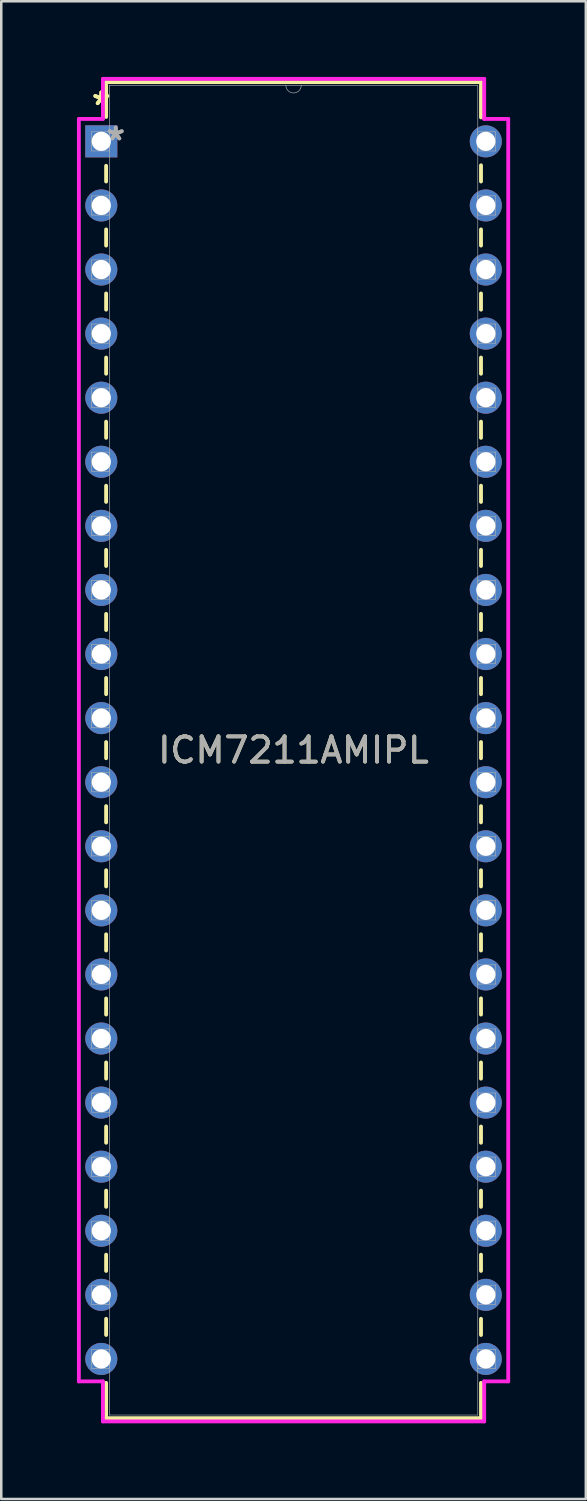
<source format=kicad_pcb>
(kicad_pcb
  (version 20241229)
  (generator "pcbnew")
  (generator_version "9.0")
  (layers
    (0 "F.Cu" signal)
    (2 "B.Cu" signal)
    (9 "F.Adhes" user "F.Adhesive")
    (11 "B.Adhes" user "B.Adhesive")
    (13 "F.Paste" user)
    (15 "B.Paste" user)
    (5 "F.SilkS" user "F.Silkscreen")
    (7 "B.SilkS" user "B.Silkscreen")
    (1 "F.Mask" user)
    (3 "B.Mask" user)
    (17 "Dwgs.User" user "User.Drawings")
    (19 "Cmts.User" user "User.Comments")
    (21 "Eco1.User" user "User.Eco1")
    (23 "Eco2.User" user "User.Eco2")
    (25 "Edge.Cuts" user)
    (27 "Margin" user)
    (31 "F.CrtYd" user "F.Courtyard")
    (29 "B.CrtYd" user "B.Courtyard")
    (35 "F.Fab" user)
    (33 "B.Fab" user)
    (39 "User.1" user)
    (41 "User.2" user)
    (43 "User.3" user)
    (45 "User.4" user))
  (footprint "ICM7211AMIPL"
    (layer "F.Cu")
    (at 0.965 2.553)
    (property "Reference" "ICM7211AMIPL" (at 7.62 24.13 0) (unlocked yes) (layer "F.SilkS") (effects (font (size 1 1) (thickness 0.15))))
    (attr through_hole)
    (fp_line (start 0.191 -2.349) (end 0.191 -0.968) (stroke (width 0.152) (type solid)) (layer "F.SilkS"))
    (fp_line (start 0.191 0.968) (end 0.191 1.591) (stroke (width 0.152) (type solid)) (layer "F.SilkS"))
    (fp_line (start 0.191 3.489) (end 0.191 4.131) (stroke (width 0.152) (type solid)) (layer "F.SilkS"))
    (fp_line (start 0.191 6.029) (end 0.191 6.671) (stroke (width 0.152) (type solid)) (layer "F.SilkS"))
    (fp_line (start 0.191 8.569) (end 0.191 9.211) (stroke (width 0.152) (type solid)) (layer "F.SilkS"))
    (fp_line (start 0.191 11.109) (end 0.191 11.751) (stroke (width 0.152) (type solid)) (layer "F.SilkS"))
    (fp_line (start 0.191 13.649) (end 0.191 14.291) (stroke (width 0.152) (type solid)) (layer "F.SilkS"))
    (fp_line (start 0.191 16.189) (end 0.191 16.831) (stroke (width 0.152) (type solid)) (layer "F.SilkS"))
    (fp_line (start 0.191 18.729) (end 0.191 19.371) (stroke (width 0.152) (type solid)) (layer "F.SilkS"))
    (fp_line (start 0.191 21.269) (end 0.191 21.911) (stroke (width 0.152) (type solid)) (layer "F.SilkS"))
    (fp_line (start 0.191 23.809) (end 0.191 24.451) (stroke (width 0.152) (type solid)) (layer "F.SilkS"))
    (fp_line (start 0.191 26.349) (end 0.191 26.991) (stroke (width 0.152) (type solid)) (layer "F.SilkS"))
    (fp_line (start 0.191 28.889) (end 0.191 29.531) (stroke (width 0.152) (type solid)) (layer "F.SilkS"))
    (fp_line (start 0.191 31.429) (end 0.191 32.071) (stroke (width 0.152) (type solid)) (layer "F.SilkS"))
    (fp_line (start 0.191 33.969) (end 0.191 34.611) (stroke (width 0.152) (type solid)) (layer "F.SilkS"))
    (fp_line (start 0.191 36.509) (end 0.191 37.151) (stroke (width 0.152) (type solid)) (layer "F.SilkS"))
    (fp_line (start 0.191 39.049) (end 0.191 39.691) (stroke (width 0.152) (type solid)) (layer "F.SilkS"))
    (fp_line (start 0.191 41.589) (end 0.191 42.231) (stroke (width 0.152) (type solid)) (layer "F.SilkS"))
    (fp_line (start 0.191 44.129) (end 0.191 44.771) (stroke (width 0.152) (type solid)) (layer "F.SilkS"))
    (fp_line (start 0.191 46.669) (end 0.191 47.311) (stroke (width 0.152) (type solid)) (layer "F.SilkS"))
    (fp_line (start 0.191 49.209) (end 0.191 50.609) (stroke (width 0.152) (type solid)) (layer "F.SilkS"))
    (fp_line (start 0.191 50.609) (end 15.05 50.609) (stroke (width 0.152) (type solid)) (layer "F.SilkS"))
    (fp_line (start 15.05 -2.349) (end 0.191 -2.349) (stroke (width 0.152) (type solid)) (layer "F.SilkS"))
    (fp_line (start 15.05 -0.949) (end 15.05 -2.349) (stroke (width 0.152) (type solid)) (layer "F.SilkS"))
    (fp_line (start 15.05 1.591) (end 15.05 0.949) (stroke (width 0.152) (type solid)) (layer "F.SilkS"))
    (fp_line (start 15.05 4.131) (end 15.05 3.489) (stroke (width 0.152) (type solid)) (layer "F.SilkS"))
    (fp_line (start 15.05 6.671) (end 15.05 6.029) (stroke (width 0.152) (type solid)) (layer "F.SilkS"))
    (fp_line (start 15.05 9.211) (end 15.05 8.569) (stroke (width 0.152) (type solid)) (layer "F.SilkS"))
    (fp_line (start 15.05 11.751) (end 15.05 11.109) (stroke (width 0.152) (type solid)) (layer "F.SilkS"))
    (fp_line (start 15.05 14.291) (end 15.05 13.649) (stroke (width 0.152) (type solid)) (layer "F.SilkS"))
    (fp_line (start 15.05 16.831) (end 15.05 16.189) (stroke (width 0.152) (type solid)) (layer "F.SilkS"))
    (fp_line (start 15.05 19.371) (end 15.05 18.729) (stroke (width 0.152) (type solid)) (layer "F.SilkS"))
    (fp_line (start 15.05 21.911) (end 15.05 21.269) (stroke (width 0.152) (type solid)) (layer "F.SilkS"))
    (fp_line (start 15.05 24.451) (end 15.05 23.809) (stroke (width 0.152) (type solid)) (layer "F.SilkS"))
    (fp_line (start 15.05 26.991) (end 15.05 26.349) (stroke (width 0.152) (type solid)) (layer "F.SilkS"))
    (fp_line (start 15.05 29.531) (end 15.05 28.889) (stroke (width 0.152) (type solid)) (layer "F.SilkS"))
    (fp_line (start 15.05 32.071) (end 15.05 31.429) (stroke (width 0.152) (type solid)) (layer "F.SilkS"))
    (fp_line (start 15.05 34.611) (end 15.05 33.969) (stroke (width 0.152) (type solid)) (layer "F.SilkS"))
    (fp_line (start 15.05 37.151) (end 15.05 36.509) (stroke (width 0.152) (type solid)) (layer "F.SilkS"))
    (fp_line (start 15.05 39.691) (end 15.05 39.049) (stroke (width 0.152) (type solid)) (layer "F.SilkS"))
    (fp_line (start 15.05 42.231) (end 15.05 41.589) (stroke (width 0.152) (type solid)) (layer "F.SilkS"))
    (fp_line (start 15.05 44.771) (end 15.05 44.129) (stroke (width 0.152) (type solid)) (layer "F.SilkS"))
    (fp_line (start 15.05 47.311) (end 15.05 46.669) (stroke (width 0.152) (type solid)) (layer "F.SilkS"))
    (fp_line (start 15.05 50.609) (end 15.05 49.209) (stroke (width 0.152) (type solid)) (layer "F.SilkS"))
    (fp_line (start -0.889 -0.889) (end 0.064 -0.889) (stroke (width 0.152) (type solid)) (layer "F.CrtYd"))
    (fp_line (start -0.889 49.149) (end -0.889 -0.889) (stroke (width 0.152) (type solid)) (layer "F.CrtYd"))
    (fp_line (start 0.064 -2.477) (end 15.177 -2.477) (stroke (width 0.152) (type solid)) (layer "F.CrtYd"))
    (fp_line (start 0.064 -0.889) (end 0.064 -2.477) (stroke (width 0.152) (type solid)) (layer "F.CrtYd"))
    (fp_line (start 0.064 49.149) (end -0.889 49.149) (stroke (width 0.152) (type solid)) (layer "F.CrtYd"))
    (fp_line (start 0.064 50.736) (end 0.064 49.149) (stroke (width 0.152) (type solid)) (layer "F.CrtYd"))
    (fp_line (start 15.177 -2.477) (end 15.177 -0.889) (stroke (width 0.152) (type solid)) (layer "F.CrtYd"))
    (fp_line (start 15.177 49.149) (end 15.177 50.736) (stroke (width 0.152) (type solid)) (layer "F.CrtYd"))
    (fp_line (start 15.177 50.736) (end 0.064 50.736) (stroke (width 0.152) (type solid)) (layer "F.CrtYd"))
    (fp_line (start 16.129 -0.889) (end 15.177 -0.889) (stroke (width 0.152) (type solid)) (layer "F.CrtYd"))
    (fp_line (start 16.129 -0.889) (end 16.129 49.149) (stroke (width 0.152) (type solid)) (layer "F.CrtYd"))
    (fp_line (start 16.129 49.149) (end 15.177 49.149) (stroke (width 0.152) (type solid)) (layer "F.CrtYd"))
    (fp_line (start -0.381 -0.381) (end -0.381 0.381) (stroke (width 0.025) (type solid)) (layer "F.Fab"))
    (fp_line (start -0.381 0.381) (end 0.318 0.381) (stroke (width 0.025) (type solid)) (layer "F.Fab"))
    (fp_line (start -0.381 2.159) (end -0.381 2.921) (stroke (width 0.025) (type solid)) (layer "F.Fab"))
    (fp_line (start -0.381 2.921) (end 0.318 2.921) (stroke (width 0.025) (type solid)) (layer "F.Fab"))
    (fp_line (start -0.381 4.699) (end -0.381 5.461) (stroke (width 0.025) (type solid)) (layer "F.Fab"))
    (fp_line (start -0.381 5.461) (end 0.318 5.461) (stroke (width 0.025) (type solid)) (layer "F.Fab"))
    (fp_line (start -0.381 7.239) (end -0.381 8.001) (stroke (width 0.025) (type solid)) (layer "F.Fab"))
    (fp_line (start -0.381 8.001) (end 0.318 8.001) (stroke (width 0.025) (type solid)) (layer "F.Fab"))
    (fp_line (start -0.381 9.779) (end -0.381 10.541) (stroke (width 0.025) (type solid)) (layer "F.Fab"))
    (fp_line (start -0.381 10.541) (end 0.318 10.541) (stroke (width 0.025) (type solid)) (layer "F.Fab"))
    (fp_line (start -0.381 12.319) (end -0.381 13.081) (stroke (width 0.025) (type solid)) (layer "F.Fab"))
    (fp_line (start -0.381 13.081) (end 0.318 13.081) (stroke (width 0.025) (type solid)) (layer "F.Fab"))
    (fp_line (start -0.381 14.859) (end -0.381 15.621) (stroke (width 0.025) (type solid)) (layer "F.Fab"))
    (fp_line (start -0.381 15.621) (end 0.318 15.621) (stroke (width 0.025) (type solid)) (layer "F.Fab"))
    (fp_line (start -0.381 17.399) (end -0.381 18.161) (stroke (width 0.025) (type solid)) (layer "F.Fab"))
    (fp_line (start -0.381 18.161) (end 0.318 18.161) (stroke (width 0.025) (type solid)) (layer "F.Fab"))
    (fp_line (start -0.381 19.939) (end -0.381 20.701) (stroke (width 0.025) (type solid)) (layer "F.Fab"))
    (fp_line (start -0.381 20.701) (end 0.318 20.701) (stroke (width 0.025) (type solid)) (layer "F.Fab"))
    (fp_line (start -0.381 22.479) (end -0.381 23.241) (stroke (width 0.025) (type solid)) (layer "F.Fab"))
    (fp_line (start -0.381 23.241) (end 0.318 23.241) (stroke (width 0.025) (type solid)) (layer "F.Fab"))
    (fp_line (start -0.381 25.019) (end -0.381 25.781) (stroke (width 0.025) (type solid)) (layer "F.Fab"))
    (fp_line (start -0.381 25.781) (end 0.318 25.781) (stroke (width 0.025) (type solid)) (layer "F.Fab"))
    (fp_line (start -0.381 27.559) (end -0.381 28.321) (stroke (width 0.025) (type solid)) (layer "F.Fab"))
    (fp_line (start -0.381 28.321) (end 0.318 28.321) (stroke (width 0.025) (type solid)) (layer "F.Fab"))
    (fp_line (start -0.381 30.099) (end -0.381 30.861) (stroke (width 0.025) (type solid)) (layer "F.Fab"))
    (fp_line (start -0.381 30.861) (end 0.318 30.861) (stroke (width 0.025) (type solid)) (layer "F.Fab"))
    (fp_line (start -0.381 32.639) (end -0.381 33.401) (stroke (width 0.025) (type solid)) (layer "F.Fab"))
    (fp_line (start -0.381 33.401) (end 0.318 33.401) (stroke (width 0.025) (type solid)) (layer "F.Fab"))
    (fp_line (start -0.381 35.179) (end -0.381 35.941) (stroke (width 0.025) (type solid)) (layer "F.Fab"))
    (fp_line (start -0.381 35.941) (end 0.318 35.941) (stroke (width 0.025) (type solid)) (layer "F.Fab"))
    (fp_line (start -0.381 37.719) (end -0.381 38.481) (stroke (width 0.025) (type solid)) (layer "F.Fab"))
    (fp_line (start -0.381 38.481) (end 0.318 38.481) (stroke (width 0.025) (type solid)) (layer "F.Fab"))
    (fp_line (start -0.381 40.259) (end -0.381 41.021) (stroke (width 0.025) (type solid)) (layer "F.Fab"))
    (fp_line (start -0.381 41.021) (end 0.318 41.021) (stroke (width 0.025) (type solid)) (layer "F.Fab"))
    (fp_line (start -0.381 42.799) (end -0.381 43.561) (stroke (width 0.025) (type solid)) (layer "F.Fab"))
    (fp_line (start -0.381 43.561) (end 0.318 43.561) (stroke (width 0.025) (type solid)) (layer "F.Fab"))
    (fp_line (start -0.381 45.339) (end -0.381 46.101) (stroke (width 0.025) (type solid)) (layer "F.Fab"))
    (fp_line (start -0.381 46.101) (end 0.318 46.101) (stroke (width 0.025) (type solid)) (layer "F.Fab"))
    (fp_line (start -0.381 47.879) (end -0.381 48.641) (stroke (width 0.025) (type solid)) (layer "F.Fab"))
    (fp_line (start -0.381 48.641) (end 0.318 48.641) (stroke (width 0.025) (type solid)) (layer "F.Fab"))
    (fp_line (start 0.318 -2.223) (end 0.318 50.483) (stroke (width 0.025) (type solid)) (layer "F.Fab"))
    (fp_line (start 0.318 -0.381) (end -0.381 -0.381) (stroke (width 0.025) (type solid)) (layer "F.Fab"))
    (fp_line (start 0.318 0.381) (end 0.318 -0.381) (stroke (width 0.025) (type solid)) (layer "F.Fab"))
    (fp_line (start 0.318 2.159) (end -0.381 2.159) (stroke (width 0.025) (type solid)) (layer "F.Fab"))
    (fp_line (start 0.318 2.921) (end 0.318 2.159) (stroke (width 0.025) (type solid)) (layer "F.Fab"))
    (fp_line (start 0.318 4.699) (end -0.381 4.699) (stroke (width 0.025) (type solid)) (layer "F.Fab"))
    (fp_line (start 0.318 5.461) (end 0.318 4.699) (stroke (width 0.025) (type solid)) (layer "F.Fab"))
    (fp_line (start 0.318 7.239) (end -0.381 7.239) (stroke (width 0.025) (type solid)) (layer "F.Fab"))
    (fp_line (start 0.318 8.001) (end 0.318 7.239) (stroke (width 0.025) (type solid)) (layer "F.Fab"))
    (fp_line (start 0.318 9.779) (end -0.381 9.779) (stroke (width 0.025) (type solid)) (layer "F.Fab"))
    (fp_line (start 0.318 10.541) (end 0.318 9.779) (stroke (width 0.025) (type solid)) (layer "F.Fab"))
    (fp_line (start 0.318 12.319) (end -0.381 12.319) (stroke (width 0.025) (type solid)) (layer "F.Fab"))
    (fp_line (start 0.318 13.081) (end 0.318 12.319) (stroke (width 0.025) (type solid)) (layer "F.Fab"))
    (fp_line (start 0.318 14.859) (end -0.381 14.859) (stroke (width 0.025) (type solid)) (layer "F.Fab"))
    (fp_line (start 0.318 15.621) (end 0.318 14.859) (stroke (width 0.025) (type solid)) (layer "F.Fab"))
    (fp_line (start 0.318 17.399) (end -0.381 17.399) (stroke (width 0.025) (type solid)) (layer "F.Fab"))
    (fp_line (start 0.318 18.161) (end 0.318 17.399) (stroke (width 0.025) (type solid)) (layer "F.Fab"))
    (fp_line (start 0.318 19.939) (end -0.381 19.939) (stroke (width 0.025) (type solid)) (layer "F.Fab"))
    (fp_line (start 0.318 20.701) (end 0.318 19.939) (stroke (width 0.025) (type solid)) (layer "F.Fab"))
    (fp_line (start 0.318 22.479) (end -0.381 22.479) (stroke (width 0.025) (type solid)) (layer "F.Fab"))
    (fp_line (start 0.318 23.241) (end 0.318 22.479) (stroke (width 0.025) (type solid)) (layer "F.Fab"))
    (fp_line (start 0.318 25.019) (end -0.381 25.019) (stroke (width 0.025) (type solid)) (layer "F.Fab"))
    (fp_line (start 0.318 25.781) (end 0.318 25.019) (stroke (width 0.025) (type solid)) (layer "F.Fab"))
    (fp_line (start 0.318 27.559) (end -0.381 27.559) (stroke (width 0.025) (type solid)) (layer "F.Fab"))
    (fp_line (start 0.318 28.321) (end 0.318 27.559) (stroke (width 0.025) (type solid)) (layer "F.Fab"))
    (fp_line (start 0.318 30.099) (end -0.381 30.099) (stroke (width 0.025) (type solid)) (layer "F.Fab"))
    (fp_line (start 0.318 30.861) (end 0.318 30.099) (stroke (width 0.025) (type solid)) (layer "F.Fab"))
    (fp_line (start 0.318 32.639) (end -0.381 32.639) (stroke (width 0.025) (type solid)) (layer "F.Fab"))
    (fp_line (start 0.318 33.401) (end 0.318 32.639) (stroke (width 0.025) (type solid)) (layer "F.Fab"))
    (fp_line (start 0.318 35.179) (end -0.381 35.179) (stroke (width 0.025) (type solid)) (layer "F.Fab"))
    (fp_line (start 0.318 35.941) (end 0.318 35.179) (stroke (width 0.025) (type solid)) (layer "F.Fab"))
    (fp_line (start 0.318 37.719) (end -0.381 37.719) (stroke (width 0.025) (type solid)) (layer "F.Fab"))
    (fp_line (start 0.318 38.481) (end 0.318 37.719) (stroke (width 0.025) (type solid)) (layer "F.Fab"))
    (fp_line (start 0.318 40.259) (end -0.381 40.259) (stroke (width 0.025) (type solid)) (layer "F.Fab"))
    (fp_line (start 0.318 41.021) (end 0.318 40.259) (stroke (width 0.025) (type solid)) (layer "F.Fab"))
    (fp_line (start 0.318 42.799) (end -0.381 42.799) (stroke (width 0.025) (type solid)) (layer "F.Fab"))
    (fp_line (start 0.318 43.561) (end 0.318 42.799) (stroke (width 0.025) (type solid)) (layer "F.Fab"))
    (fp_line (start 0.318 45.339) (end -0.381 45.339) (stroke (width 0.025) (type solid)) (layer "F.Fab"))
    (fp_line (start 0.318 46.101) (end 0.318 45.339) (stroke (width 0.025) (type solid)) (layer "F.Fab"))
    (fp_line (start 0.318 47.879) (end -0.381 47.879) (stroke (width 0.025) (type solid)) (layer "F.Fab"))
    (fp_line (start 0.318 48.641) (end 0.318 47.879) (stroke (width 0.025) (type solid)) (layer "F.Fab"))
    (fp_line (start 0.318 50.483) (end 14.922 50.483) (stroke (width 0.025) (type solid)) (layer "F.Fab"))
    (fp_line (start 14.922 -2.223) (end 0.318 -2.223) (stroke (width 0.025) (type solid)) (layer "F.Fab"))
    (fp_line (start 14.922 -0.381) (end 14.922 0.381) (stroke (width 0.025) (type solid)) (layer "F.Fab"))
    (fp_line (start 14.922 0.381) (end 15.621 0.381) (stroke (width 0.025) (type solid)) (layer "F.Fab"))
    (fp_line (start 14.922 2.159) (end 14.922 2.921) (stroke (width 0.025) (type solid)) (layer "F.Fab"))
    (fp_line (start 14.922 2.921) (end 15.621 2.921) (stroke (width 0.025) (type solid)) (layer "F.Fab"))
    (fp_line (start 14.922 4.699) (end 14.922 5.461) (stroke (width 0.025) (type solid)) (layer "F.Fab"))
    (fp_line (start 14.922 5.461) (end 15.621 5.461) (stroke (width 0.025) (type solid)) (layer "F.Fab"))
    (fp_line (start 14.922 7.239) (end 14.922 8.001) (stroke (width 0.025) (type solid)) (layer "F.Fab"))
    (fp_line (start 14.922 8.001) (end 15.621 8.001) (stroke (width 0.025) (type solid)) (layer "F.Fab"))
    (fp_line (start 14.922 9.779) (end 14.922 10.541) (stroke (width 0.025) (type solid)) (layer "F.Fab"))
    (fp_line (start 14.922 10.541) (end 15.621 10.541) (stroke (width 0.025) (type solid)) (layer "F.Fab"))
    (fp_line (start 14.922 12.319) (end 14.922 13.081) (stroke (width 0.025) (type solid)) (layer "F.Fab"))
    (fp_line (start 14.922 13.081) (end 15.621 13.081) (stroke (width 0.025) (type solid)) (layer "F.Fab"))
    (fp_line (start 14.922 14.859) (end 14.922 15.621) (stroke (width 0.025) (type solid)) (layer "F.Fab"))
    (fp_line (start 14.922 15.621) (end 15.621 15.621) (stroke (width 0.025) (type solid)) (layer "F.Fab"))
    (fp_line (start 14.922 17.399) (end 14.922 18.161) (stroke (width 0.025) (type solid)) (layer "F.Fab"))
    (fp_line (start 14.922 18.161) (end 15.621 18.161) (stroke (width 0.025) (type solid)) (layer "F.Fab"))
    (fp_line (start 14.922 19.939) (end 14.922 20.701) (stroke (width 0.025) (type solid)) (layer "F.Fab"))
    (fp_line (start 14.922 20.701) (end 15.621 20.701) (stroke (width 0.025) (type solid)) (layer "F.Fab"))
    (fp_line (start 14.922 22.479) (end 14.922 23.241) (stroke (width 0.025) (type solid)) (layer "F.Fab"))
    (fp_line (start 14.922 23.241) (end 15.621 23.241) (stroke (width 0.025) (type solid)) (layer "F.Fab"))
    (fp_line (start 14.922 25.019) (end 14.922 25.781) (stroke (width 0.025) (type solid)) (layer "F.Fab"))
    (fp_line (start 14.922 25.781) (end 15.621 25.781) (stroke (width 0.025) (type solid)) (layer "F.Fab"))
    (fp_line (start 14.922 27.559) (end 14.922 28.321) (stroke (width 0.025) (type solid)) (layer "F.Fab"))
    (fp_line (start 14.922 28.321) (end 15.621 28.321) (stroke (width 0.025) (type solid)) (layer "F.Fab"))
    (fp_line (start 14.922 30.099) (end 14.922 30.861) (stroke (width 0.025) (type solid)) (layer "F.Fab"))
    (fp_line (start 14.922 30.861) (end 15.621 30.861) (stroke (width 0.025) (type solid)) (layer "F.Fab"))
    (fp_line (start 14.922 32.639) (end 14.922 33.401) (stroke (width 0.025) (type solid)) (layer "F.Fab"))
    (fp_line (start 14.922 33.401) (end 15.621 33.401) (stroke (width 0.025) (type solid)) (layer "F.Fab"))
    (fp_line (start 14.922 35.179) (end 14.922 35.941) (stroke (width 0.025) (type solid)) (layer "F.Fab"))
    (fp_line (start 14.922 35.941) (end 15.621 35.941) (stroke (width 0.025) (type solid)) (layer "F.Fab"))
    (fp_line (start 14.922 37.719) (end 14.922 38.481) (stroke (width 0.025) (type solid)) (layer "F.Fab"))
    (fp_line (start 14.922 38.481) (end 15.621 38.481) (stroke (width 0.025) (type solid)) (layer "F.Fab"))
    (fp_line (start 14.922 40.259) (end 14.922 41.021) (stroke (width 0.025) (type solid)) (layer "F.Fab"))
    (fp_line (start 14.922 41.021) (end 15.621 41.021) (stroke (width 0.025) (type solid)) (layer "F.Fab"))
    (fp_line (start 14.922 42.799) (end 14.922 43.561) (stroke (width 0.025) (type solid)) (layer "F.Fab"))
    (fp_line (start 14.922 43.561) (end 15.621 43.561) (stroke (width 0.025) (type solid)) (layer "F.Fab"))
    (fp_line (start 14.922 45.339) (end 14.922 46.101) (stroke (width 0.025) (type solid)) (layer "F.Fab"))
    (fp_line (start 14.922 46.101) (end 15.621 46.101) (stroke (width 0.025) (type solid)) (layer "F.Fab"))
    (fp_line (start 14.922 47.879) (end 14.922 48.641) (stroke (width 0.025) (type solid)) (layer "F.Fab"))
    (fp_line (start 14.922 48.641) (end 15.621 48.641) (stroke (width 0.025) (type solid)) (layer "F.Fab"))
    (fp_line (start 14.922 50.483) (end 14.922 -2.223) (stroke (width 0.025) (type solid)) (layer "F.Fab"))
    (fp_line (start 15.621 -0.381) (end 14.922 -0.381) (stroke (width 0.025) (type solid)) (layer "F.Fab"))
    (fp_line (start 15.621 0.381) (end 15.621 -0.381) (stroke (width 0.025) (type solid)) (layer "F.Fab"))
    (fp_line (start 15.621 2.159) (end 14.922 2.159) (stroke (width 0.025) (type solid)) (layer "F.Fab"))
    (fp_line (start 15.621 2.921) (end 15.621 2.159) (stroke (width 0.025) (type solid)) (layer "F.Fab"))
    (fp_line (start 15.621 4.699) (end 14.922 4.699) (stroke (width 0.025) (type solid)) (layer "F.Fab"))
    (fp_line (start 15.621 5.461) (end 15.621 4.699) (stroke (width 0.025) (type solid)) (layer "F.Fab"))
    (fp_line (start 15.621 7.239) (end 14.922 7.239) (stroke (width 0.025) (type solid)) (layer "F.Fab"))
    (fp_line (start 15.621 8.001) (end 15.621 7.239) (stroke (width 0.025) (type solid)) (layer "F.Fab"))
    (fp_line (start 15.621 9.779) (end 14.922 9.779) (stroke (width 0.025) (type solid)) (layer "F.Fab"))
    (fp_line (start 15.621 10.541) (end 15.621 9.779) (stroke (width 0.025) (type solid)) (layer "F.Fab"))
    (fp_line (start 15.621 12.319) (end 14.922 12.319) (stroke (width 0.025) (type solid)) (layer "F.Fab"))
    (fp_line (start 15.621 13.081) (end 15.621 12.319) (stroke (width 0.025) (type solid)) (layer "F.Fab"))
    (fp_line (start 15.621 14.859) (end 14.922 14.859) (stroke (width 0.025) (type solid)) (layer "F.Fab"))
    (fp_line (start 15.621 15.621) (end 15.621 14.859) (stroke (width 0.025) (type solid)) (layer "F.Fab"))
    (fp_line (start 15.621 17.399) (end 14.922 17.399) (stroke (width 0.025) (type solid)) (layer "F.Fab"))
    (fp_line (start 15.621 18.161) (end 15.621 17.399) (stroke (width 0.025) (type solid)) (layer "F.Fab"))
    (fp_line (start 15.621 19.939) (end 14.922 19.939) (stroke (width 0.025) (type solid)) (layer "F.Fab"))
    (fp_line (start 15.621 20.701) (end 15.621 19.939) (stroke (width 0.025) (type solid)) (layer "F.Fab"))
    (fp_line (start 15.621 22.479) (end 14.922 22.479) (stroke (width 0.025) (type solid)) (layer "F.Fab"))
    (fp_line (start 15.621 23.241) (end 15.621 22.479) (stroke (width 0.025) (type solid)) (layer "F.Fab"))
    (fp_line (start 15.621 25.019) (end 14.922 25.019) (stroke (width 0.025) (type solid)) (layer "F.Fab"))
    (fp_line (start 15.621 25.781) (end 15.621 25.019) (stroke (width 0.025) (type solid)) (layer "F.Fab"))
    (fp_line (start 15.621 27.559) (end 14.922 27.559) (stroke (width 0.025) (type solid)) (layer "F.Fab"))
    (fp_line (start 15.621 28.321) (end 15.621 27.559) (stroke (width 0.025) (type solid)) (layer "F.Fab"))
    (fp_line (start 15.621 30.099) (end 14.922 30.099) (stroke (width 0.025) (type solid)) (layer "F.Fab"))
    (fp_line (start 15.621 30.861) (end 15.621 30.099) (stroke (width 0.025) (type solid)) (layer "F.Fab"))
    (fp_line (start 15.621 32.639) (end 14.922 32.639) (stroke (width 0.025) (type solid)) (layer "F.Fab"))
    (fp_line (start 15.621 33.401) (end 15.621 32.639) (stroke (width 0.025) (type solid)) (layer "F.Fab"))
    (fp_line (start 15.621 35.179) (end 14.922 35.179) (stroke (width 0.025) (type solid)) (layer "F.Fab"))
    (fp_line (start 15.621 35.941) (end 15.621 35.179) (stroke (width 0.025) (type solid)) (layer "F.Fab"))
    (fp_line (start 15.621 37.719) (end 14.922 37.719) (stroke (width 0.025) (type solid)) (layer "F.Fab"))
    (fp_line (start 15.621 38.481) (end 15.621 37.719) (stroke (width 0.025) (type solid)) (layer "F.Fab"))
    (fp_line (start 15.621 40.259) (end 14.922 40.259) (stroke (width 0.025) (type solid)) (layer "F.Fab"))
    (fp_line (start 15.621 41.021) (end 15.621 40.259) (stroke (width 0.025) (type solid)) (layer "F.Fab"))
    (fp_line (start 15.621 42.799) (end 14.922 42.799) (stroke (width 0.025) (type solid)) (layer "F.Fab"))
    (fp_line (start 15.621 43.561) (end 15.621 42.799) (stroke (width 0.025) (type solid)) (layer "F.Fab"))
    (fp_line (start 15.621 45.339) (end 14.922 45.339) (stroke (width 0.025) (type solid)) (layer "F.Fab"))
    (fp_line (start 15.621 46.101) (end 15.621 45.339) (stroke (width 0.025) (type solid)) (layer "F.Fab"))
    (fp_line (start 15.621 47.879) (end 14.922 47.879) (stroke (width 0.025) (type solid)) (layer "F.Fab"))
    (fp_line (start 15.621 48.641) (end 15.621 47.879) (stroke (width 0.025) (type solid)) (layer "F.Fab"))
    (fp_arc (start 7.9248 -2.2225) (mid 7.62 -1.9177) (end 7.3152 -2.2225) (stroke (width 0.0254) (type solid)) (layer "F.Fab"))
    (fp_text user "*" (at 0 -1.397 0) (unlocked yes) (layer "F.SilkS") (effects (font (size 1 1) (thickness 0.15))))
    (fp_text user "*" (at 0 -1.397 0) (layer "F.SilkS") (effects (font (size 1 1) (thickness 0.15))))
    (fp_text user "${REFERENCE}" (at 7.62 24.13 0) (unlocked yes) (layer "F.Fab") (effects (font (size 1 1) (thickness 0.15))))
    (fp_text user "*" (at 0.572 0 0) (layer "F.Fab") (effects (font (size 1 1) (thickness 0.15))))
    (fp_text user "*" (at 0.572 0 0) (unlocked yes) (layer "F.Fab") (effects (font (size 1 1) (thickness 0.15))))
    (pad "1" thru_hole rect (at 0 0) (size 1.27 1.27) (drill 0.762) (layers "*.Cu" "*.Mask"))
    (pad "2" thru_hole circle (at 0 2.54) (size 1.27 1.27) (drill 0.762) (layers "*.Cu" "*.Mask"))
    (pad "3" thru_hole circle (at 0 5.08) (size 1.27 1.27) (drill 0.762) (layers "*.Cu" "*.Mask"))
    (pad "4" thru_hole circle (at 0 7.62) (size 1.27 1.27) (drill 0.762) (layers "*.Cu" "*.Mask"))
    (pad "5" thru_hole circle (at 0 10.16) (size 1.27 1.27) (drill 0.762) (layers "*.Cu" "*.Mask"))
    (pad "6" thru_hole circle (at 0 12.7) (size 1.27 1.27) (drill 0.762) (layers "*.Cu" "*.Mask"))
    (pad "7" thru_hole circle (at 0 15.24) (size 1.27 1.27) (drill 0.762) (layers "*.Cu" "*.Mask"))
    (pad "8" thru_hole circle (at 0 17.78) (size 1.27 1.27) (drill 0.762) (layers "*.Cu" "*.Mask"))
    (pad "9" thru_hole circle (at 0 20.32) (size 1.27 1.27) (drill 0.762) (layers "*.Cu" "*.Mask"))
    (pad "10" thru_hole circle (at 0 22.86) (size 1.27 1.27) (drill 0.762) (layers "*.Cu" "*.Mask"))
    (pad "11" thru_hole circle (at 0 25.4) (size 1.27 1.27) (drill 0.762) (layers "*.Cu" "*.Mask"))
    (pad "12" thru_hole circle (at 0 27.94) (size 1.27 1.27) (drill 0.762) (layers "*.Cu" "*.Mask"))
    (pad "13" thru_hole circle (at 0 30.48) (size 1.27 1.27) (drill 0.762) (layers "*.Cu" "*.Mask"))
    (pad "14" thru_hole circle (at 0 33.02) (size 1.27 1.27) (drill 0.762) (layers "*.Cu" "*.Mask"))
    (pad "15" thru_hole circle (at 0 35.56) (size 1.27 1.27) (drill 0.762) (layers "*.Cu" "*.Mask"))
    (pad "16" thru_hole circle (at 0 38.1) (size 1.27 1.27) (drill 0.762) (layers "*.Cu" "*.Mask"))
    (pad "17" thru_hole circle (at 0 40.64) (size 1.27 1.27) (drill 0.762) (layers "*.Cu" "*.Mask"))
    (pad "18" thru_hole circle (at 0 43.18) (size 1.27 1.27) (drill 0.762) (layers "*.Cu" "*.Mask"))
    (pad "19" thru_hole circle (at 0 45.72) (size 1.27 1.27) (drill 0.762) (layers "*.Cu" "*.Mask"))
    (pad "20" thru_hole circle (at 0 48.26) (size 1.27 1.27) (drill 0.762) (layers "*.Cu" "*.Mask"))
    (pad "21" thru_hole circle (at 15.24 48.26) (size 1.27 1.27) (drill 0.762) (layers "*.Cu" "*.Mask"))
    (pad "22" thru_hole circle (at 15.24 45.72) (size 1.27 1.27) (drill 0.762) (layers "*.Cu" "*.Mask"))
    (pad "23" thru_hole circle (at 15.24 43.18) (size 1.27 1.27) (drill 0.762) (layers "*.Cu" "*.Mask"))
    (pad "24" thru_hole circle (at 15.24 40.64) (size 1.27 1.27) (drill 0.762) (layers "*.Cu" "*.Mask"))
    (pad "25" thru_hole circle (at 15.24 38.1) (size 1.27 1.27) (drill 0.762) (layers "*.Cu" "*.Mask"))
    (pad "26" thru_hole circle (at 15.24 35.56) (size 1.27 1.27) (drill 0.762) (layers "*.Cu" "*.Mask"))
    (pad "27" thru_hole circle (at 15.24 33.02) (size 1.27 1.27) (drill 0.762) (layers "*.Cu" "*.Mask"))
    (pad "28" thru_hole circle (at 15.24 30.48) (size 1.27 1.27) (drill 0.762) (layers "*.Cu" "*.Mask"))
    (pad "29" thru_hole circle (at 15.24 27.94) (size 1.27 1.27) (drill 0.762) (layers "*.Cu" "*.Mask"))
    (pad "30" thru_hole circle (at 15.24 25.4) (size 1.27 1.27) (drill 0.762) (layers "*.Cu" "*.Mask"))
    (pad "31" thru_hole circle (at 15.24 22.86) (size 1.27 1.27) (drill 0.762) (layers "*.Cu" "*.Mask"))
    (pad "32" thru_hole circle (at 15.24 20.32) (size 1.27 1.27) (drill 0.762) (layers "*.Cu" "*.Mask"))
    (pad "33" thru_hole circle (at 15.24 17.78) (size 1.27 1.27) (drill 0.762) (layers "*.Cu" "*.Mask"))
    (pad "34" thru_hole circle (at 15.24 15.24) (size 1.27 1.27) (drill 0.762) (layers "*.Cu" "*.Mask"))
    (pad "35" thru_hole circle (at 15.24 12.7) (size 1.27 1.27) (drill 0.762) (layers "*.Cu" "*.Mask"))
    (pad "36" thru_hole circle (at 15.24 10.16) (size 1.27 1.27) (drill 0.762) (layers "*.Cu" "*.Mask"))
    (pad "37" thru_hole circle (at 15.24 7.62) (size 1.27 1.27) (drill 0.762) (layers "*.Cu" "*.Mask"))
    (pad "38" thru_hole circle (at 15.24 5.08) (size 1.27 1.27) (drill 0.762) (layers "*.Cu" "*.Mask"))
    (pad "39" thru_hole circle (at 15.24 2.54) (size 1.27 1.27) (drill 0.762) (layers "*.Cu" "*.Mask"))
    (pad "40" thru_hole circle (at 15.24 0) (size 1.27 1.27) (drill 0.762) (layers "*.Cu" "*.Mask")))
  (gr_rect
    (start -3 -3)
    (end 20.17 56.365)
    (stroke (width 0.1) (type default))
    (fill no)
    (layer "Edge.Cuts")))
</source>
